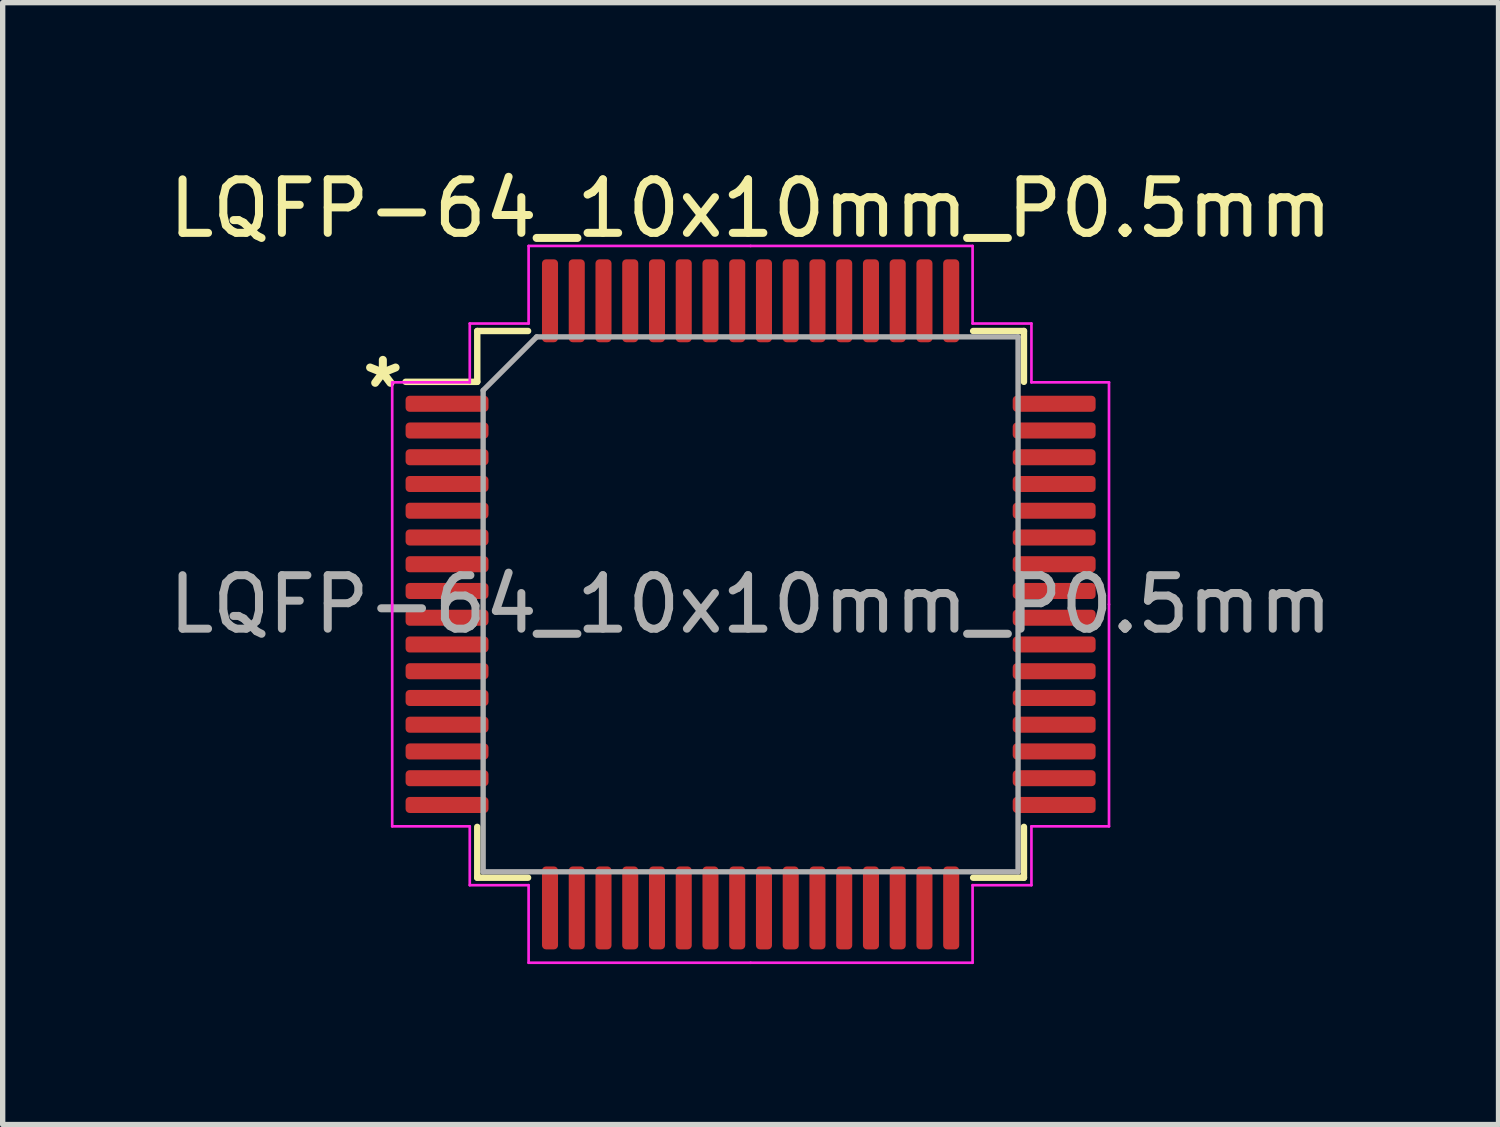
<source format=kicad_pcb>
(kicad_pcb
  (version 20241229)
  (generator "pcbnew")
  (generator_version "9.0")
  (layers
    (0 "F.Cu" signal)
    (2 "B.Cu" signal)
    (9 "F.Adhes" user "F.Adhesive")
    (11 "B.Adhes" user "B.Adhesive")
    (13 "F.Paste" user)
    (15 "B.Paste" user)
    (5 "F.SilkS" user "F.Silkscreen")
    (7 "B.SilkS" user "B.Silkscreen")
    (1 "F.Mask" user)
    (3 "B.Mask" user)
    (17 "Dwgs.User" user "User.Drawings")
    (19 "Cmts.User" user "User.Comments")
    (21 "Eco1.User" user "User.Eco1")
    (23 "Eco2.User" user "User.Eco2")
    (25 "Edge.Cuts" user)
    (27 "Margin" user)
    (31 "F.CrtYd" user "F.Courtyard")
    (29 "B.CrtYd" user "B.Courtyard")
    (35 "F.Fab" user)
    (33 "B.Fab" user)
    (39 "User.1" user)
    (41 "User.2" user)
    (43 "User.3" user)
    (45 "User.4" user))
  (footprint "LQFP-64_10x10mm_P0.5mm"
    (layer "F.Cu")
    (at 10.982 8.248)
    (property "Reference" "LQFP-64_10x10mm_P0.5mm" (at 0 -7.4 0) (layer "F.SilkS") (effects (font (size 1 1) (thickness 0.15))))
    (attr smd)
    (fp_line (start -5.11 -5.11) (end -5.11 -4.16) (stroke (width 0.12) (type solid)) (layer "F.SilkS"))
    (fp_line (start -5.11 -4.16) (end -6.45 -4.16) (stroke (width 0.12) (type solid)) (layer "F.SilkS"))
    (fp_line (start -5.11 5.11) (end -5.11 4.16) (stroke (width 0.12) (type solid)) (layer "F.SilkS"))
    (fp_line (start -4.16 -5.11) (end -5.11 -5.11) (stroke (width 0.12) (type solid)) (layer "F.SilkS"))
    (fp_line (start -4.16 5.11) (end -5.11 5.11) (stroke (width 0.12) (type solid)) (layer "F.SilkS"))
    (fp_line (start 4.16 -5.11) (end 5.11 -5.11) (stroke (width 0.12) (type solid)) (layer "F.SilkS"))
    (fp_line (start 4.16 5.11) (end 5.11 5.11) (stroke (width 0.12) (type solid)) (layer "F.SilkS"))
    (fp_line (start 5.11 -5.11) (end 5.11 -4.16) (stroke (width 0.12) (type solid)) (layer "F.SilkS"))
    (fp_line (start 5.11 5.11) (end 5.11 4.16) (stroke (width 0.12) (type solid)) (layer "F.SilkS"))
    (fp_line (start -6.7 -4.15) (end -6.7 0) (stroke (width 0.05) (type solid)) (layer "F.CrtYd"))
    (fp_line (start -6.7 4.15) (end -6.7 0) (stroke (width 0.05) (type solid)) (layer "F.CrtYd"))
    (fp_line (start -5.25 -5.25) (end -5.25 -4.15) (stroke (width 0.05) (type solid)) (layer "F.CrtYd"))
    (fp_line (start -5.25 -4.15) (end -6.7 -4.15) (stroke (width 0.05) (type solid)) (layer "F.CrtYd"))
    (fp_line (start -5.25 4.15) (end -6.7 4.15) (stroke (width 0.05) (type solid)) (layer "F.CrtYd"))
    (fp_line (start -5.25 5.25) (end -5.25 4.15) (stroke (width 0.05) (type solid)) (layer "F.CrtYd"))
    (fp_line (start -4.15 -6.7) (end -4.15 -5.25) (stroke (width 0.05) (type solid)) (layer "F.CrtYd"))
    (fp_line (start -4.15 -5.25) (end -5.25 -5.25) (stroke (width 0.05) (type solid)) (layer "F.CrtYd"))
    (fp_line (start -4.15 5.25) (end -5.25 5.25) (stroke (width 0.05) (type solid)) (layer "F.CrtYd"))
    (fp_line (start -4.15 6.7) (end -4.15 5.25) (stroke (width 0.05) (type solid)) (layer "F.CrtYd"))
    (fp_line (start 0 -6.7) (end -4.15 -6.7) (stroke (width 0.05) (type solid)) (layer "F.CrtYd"))
    (fp_line (start 0 -6.7) (end 4.15 -6.7) (stroke (width 0.05) (type solid)) (layer "F.CrtYd"))
    (fp_line (start 0 6.7) (end -4.15 6.7) (stroke (width 0.05) (type solid)) (layer "F.CrtYd"))
    (fp_line (start 0 6.7) (end 4.15 6.7) (stroke (width 0.05) (type solid)) (layer "F.CrtYd"))
    (fp_line (start 4.15 -6.7) (end 4.15 -5.25) (stroke (width 0.05) (type solid)) (layer "F.CrtYd"))
    (fp_line (start 4.15 -5.25) (end 5.25 -5.25) (stroke (width 0.05) (type solid)) (layer "F.CrtYd"))
    (fp_line (start 4.15 5.25) (end 5.25 5.25) (stroke (width 0.05) (type solid)) (layer "F.CrtYd"))
    (fp_line (start 4.15 6.7) (end 4.15 5.25) (stroke (width 0.05) (type solid)) (layer "F.CrtYd"))
    (fp_line (start 5.25 -5.25) (end 5.25 -4.15) (stroke (width 0.05) (type solid)) (layer "F.CrtYd"))
    (fp_line (start 5.25 -4.15) (end 6.7 -4.15) (stroke (width 0.05) (type solid)) (layer "F.CrtYd"))
    (fp_line (start 5.25 4.15) (end 6.7 4.15) (stroke (width 0.05) (type solid)) (layer "F.CrtYd"))
    (fp_line (start 5.25 5.25) (end 5.25 4.15) (stroke (width 0.05) (type solid)) (layer "F.CrtYd"))
    (fp_line (start 6.7 -4.15) (end 6.7 0) (stroke (width 0.05) (type solid)) (layer "F.CrtYd"))
    (fp_line (start 6.7 4.15) (end 6.7 0) (stroke (width 0.05) (type solid)) (layer "F.CrtYd"))
    (fp_line (start -5 -4) (end -4 -5) (stroke (width 0.1) (type solid)) (layer "F.Fab"))
    (fp_line (start -5 5) (end -5 -4) (stroke (width 0.1) (type solid)) (layer "F.Fab"))
    (fp_line (start -4 -5) (end 5 -5) (stroke (width 0.1) (type solid)) (layer "F.Fab"))
    (fp_line (start 5 -5) (end 5 5) (stroke (width 0.1) (type solid)) (layer "F.Fab"))
    (fp_line (start 5 5) (end -5 5) (stroke (width 0.1) (type solid)) (layer "F.Fab"))
    (fp_text user "*" (at -6.875 -4.025 0) (unlocked yes) (layer "F.SilkS") (effects (font (size 1 1) (thickness 0.15))))
    (fp_text user "${REFERENCE}" (at 0 0 0) (layer "F.Fab") (effects (font (size 1 1) (thickness 0.15))))
    (pad "1" smd roundrect (at -5.675 -3.75) (size 1.55 0.3) (layers "F.Cu" "F.Mask" "F.Paste") (roundrect_rratio 0.25))
    (pad "2" smd roundrect (at -5.675 -3.25) (size 1.55 0.3) (layers "F.Cu" "F.Mask" "F.Paste") (roundrect_rratio 0.25))
    (pad "3" smd roundrect (at -5.675 -2.75) (size 1.55 0.3) (layers "F.Cu" "F.Mask" "F.Paste") (roundrect_rratio 0.25))
    (pad "4" smd roundrect (at -5.675 -2.25) (size 1.55 0.3) (layers "F.Cu" "F.Mask" "F.Paste") (roundrect_rratio 0.25))
    (pad "5" smd roundrect (at -5.675 -1.75) (size 1.55 0.3) (layers "F.Cu" "F.Mask" "F.Paste") (roundrect_rratio 0.25))
    (pad "6" smd roundrect (at -5.675 -1.25) (size 1.55 0.3) (layers "F.Cu" "F.Mask" "F.Paste") (roundrect_rratio 0.25))
    (pad "7" smd roundrect (at -5.675 -0.75) (size 1.55 0.3) (layers "F.Cu" "F.Mask" "F.Paste") (roundrect_rratio 0.25))
    (pad "8" smd roundrect (at -5.675 -0.25) (size 1.55 0.3) (layers "F.Cu" "F.Mask" "F.Paste") (roundrect_rratio 0.25))
    (pad "9" smd roundrect (at -5.675 0.25) (size 1.55 0.3) (layers "F.Cu" "F.Mask" "F.Paste") (roundrect_rratio 0.25))
    (pad "10" smd roundrect (at -5.675 0.75) (size 1.55 0.3) (layers "F.Cu" "F.Mask" "F.Paste") (roundrect_rratio 0.25))
    (pad "11" smd roundrect (at -5.675 1.25) (size 1.55 0.3) (layers "F.Cu" "F.Mask" "F.Paste") (roundrect_rratio 0.25))
    (pad "12" smd roundrect (at -5.675 1.75) (size 1.55 0.3) (layers "F.Cu" "F.Mask" "F.Paste") (roundrect_rratio 0.25))
    (pad "13" smd roundrect (at -5.675 2.25) (size 1.55 0.3) (layers "F.Cu" "F.Mask" "F.Paste") (roundrect_rratio 0.25))
    (pad "14" smd roundrect (at -5.675 2.75) (size 1.55 0.3) (layers "F.Cu" "F.Mask" "F.Paste") (roundrect_rratio 0.25))
    (pad "15" smd roundrect (at -5.675 3.25) (size 1.55 0.3) (layers "F.Cu" "F.Mask" "F.Paste") (roundrect_rratio 0.25))
    (pad "16" smd roundrect (at -5.675 3.75) (size 1.55 0.3) (layers "F.Cu" "F.Mask" "F.Paste") (roundrect_rratio 0.25))
    (pad "17" smd roundrect (at -3.75 5.675) (size 0.3 1.55) (layers "F.Cu" "F.Mask" "F.Paste") (roundrect_rratio 0.25))
    (pad "18" smd roundrect (at -3.25 5.675) (size 0.3 1.55) (layers "F.Cu" "F.Mask" "F.Paste") (roundrect_rratio 0.25))
    (pad "19" smd roundrect (at -2.75 5.675) (size 0.3 1.55) (layers "F.Cu" "F.Mask" "F.Paste") (roundrect_rratio 0.25))
    (pad "20" smd roundrect (at -2.25 5.675) (size 0.3 1.55) (layers "F.Cu" "F.Mask" "F.Paste") (roundrect_rratio 0.25))
    (pad "21" smd roundrect (at -1.75 5.675) (size 0.3 1.55) (layers "F.Cu" "F.Mask" "F.Paste") (roundrect_rratio 0.25))
    (pad "22" smd roundrect (at -1.25 5.675) (size 0.3 1.55) (layers "F.Cu" "F.Mask" "F.Paste") (roundrect_rratio 0.25))
    (pad "23" smd roundrect (at -0.75 5.675) (size 0.3 1.55) (layers "F.Cu" "F.Mask" "F.Paste") (roundrect_rratio 0.25))
    (pad "24" smd roundrect (at -0.25 5.675) (size 0.3 1.55) (layers "F.Cu" "F.Mask" "F.Paste") (roundrect_rratio 0.25))
    (pad "25" smd roundrect (at 0.25 5.675) (size 0.3 1.55) (layers "F.Cu" "F.Mask" "F.Paste") (roundrect_rratio 0.25))
    (pad "26" smd roundrect (at 0.75 5.675) (size 0.3 1.55) (layers "F.Cu" "F.Mask" "F.Paste") (roundrect_rratio 0.25))
    (pad "27" smd roundrect (at 1.25 5.675) (size 0.3 1.55) (layers "F.Cu" "F.Mask" "F.Paste") (roundrect_rratio 0.25))
    (pad "28" smd roundrect (at 1.75 5.675) (size 0.3 1.55) (layers "F.Cu" "F.Mask" "F.Paste") (roundrect_rratio 0.25))
    (pad "29" smd roundrect (at 2.25 5.675) (size 0.3 1.55) (layers "F.Cu" "F.Mask" "F.Paste") (roundrect_rratio 0.25))
    (pad "30" smd roundrect (at 2.75 5.675) (size 0.3 1.55) (layers "F.Cu" "F.Mask" "F.Paste") (roundrect_rratio 0.25))
    (pad "31" smd roundrect (at 3.25 5.675) (size 0.3 1.55) (layers "F.Cu" "F.Mask" "F.Paste") (roundrect_rratio 0.25))
    (pad "32" smd roundrect (at 3.75 5.675) (size 0.3 1.55) (layers "F.Cu" "F.Mask" "F.Paste") (roundrect_rratio 0.25))
    (pad "33" smd roundrect (at 5.675 3.75) (size 1.55 0.3) (layers "F.Cu" "F.Mask" "F.Paste") (roundrect_rratio 0.25))
    (pad "34" smd roundrect (at 5.675 3.25) (size 1.55 0.3) (layers "F.Cu" "F.Mask" "F.Paste") (roundrect_rratio 0.25))
    (pad "35" smd roundrect (at 5.675 2.75) (size 1.55 0.3) (layers "F.Cu" "F.Mask" "F.Paste") (roundrect_rratio 0.25))
    (pad "36" smd roundrect (at 5.675 2.25) (size 1.55 0.3) (layers "F.Cu" "F.Mask" "F.Paste") (roundrect_rratio 0.25))
    (pad "37" smd roundrect (at 5.675 1.75) (size 1.55 0.3) (layers "F.Cu" "F.Mask" "F.Paste") (roundrect_rratio 0.25))
    (pad "38" smd roundrect (at 5.675 1.25) (size 1.55 0.3) (layers "F.Cu" "F.Mask" "F.Paste") (roundrect_rratio 0.25))
    (pad "39" smd roundrect (at 5.675 0.75) (size 1.55 0.3) (layers "F.Cu" "F.Mask" "F.Paste") (roundrect_rratio 0.25))
    (pad "40" smd roundrect (at 5.675 0.25) (size 1.55 0.3) (layers "F.Cu" "F.Mask" "F.Paste") (roundrect_rratio 0.25))
    (pad "41" smd roundrect (at 5.675 -0.25) (size 1.55 0.3) (layers "F.Cu" "F.Mask" "F.Paste") (roundrect_rratio 0.25))
    (pad "42" smd roundrect (at 5.675 -0.75) (size 1.55 0.3) (layers "F.Cu" "F.Mask" "F.Paste") (roundrect_rratio 0.25))
    (pad "43" smd roundrect (at 5.675 -1.25) (size 1.55 0.3) (layers "F.Cu" "F.Mask" "F.Paste") (roundrect_rratio 0.25))
    (pad "44" smd roundrect (at 5.675 -1.75) (size 1.55 0.3) (layers "F.Cu" "F.Mask" "F.Paste") (roundrect_rratio 0.25))
    (pad "45" smd roundrect (at 5.675 -2.25) (size 1.55 0.3) (layers "F.Cu" "F.Mask" "F.Paste") (roundrect_rratio 0.25))
    (pad "46" smd roundrect (at 5.675 -2.75) (size 1.55 0.3) (layers "F.Cu" "F.Mask" "F.Paste") (roundrect_rratio 0.25))
    (pad "47" smd roundrect (at 5.675 -3.25) (size 1.55 0.3) (layers "F.Cu" "F.Mask" "F.Paste") (roundrect_rratio 0.25))
    (pad "48" smd roundrect (at 5.675 -3.75) (size 1.55 0.3) (layers "F.Cu" "F.Mask" "F.Paste") (roundrect_rratio 0.25))
    (pad "49" smd roundrect (at 3.75 -5.675) (size 0.3 1.55) (layers "F.Cu" "F.Mask" "F.Paste") (roundrect_rratio 0.25))
    (pad "50" smd roundrect (at 3.25 -5.675) (size 0.3 1.55) (layers "F.Cu" "F.Mask" "F.Paste") (roundrect_rratio 0.25))
    (pad "51" smd roundrect (at 2.75 -5.675) (size 0.3 1.55) (layers "F.Cu" "F.Mask" "F.Paste") (roundrect_rratio 0.25))
    (pad "52" smd roundrect (at 2.25 -5.675) (size 0.3 1.55) (layers "F.Cu" "F.Mask" "F.Paste") (roundrect_rratio 0.25))
    (pad "53" smd roundrect (at 1.75 -5.675) (size 0.3 1.55) (layers "F.Cu" "F.Mask" "F.Paste") (roundrect_rratio 0.25))
    (pad "54" smd roundrect (at 1.25 -5.675) (size 0.3 1.55) (layers "F.Cu" "F.Mask" "F.Paste") (roundrect_rratio 0.25))
    (pad "55" smd roundrect (at 0.75 -5.675) (size 0.3 1.55) (layers "F.Cu" "F.Mask" "F.Paste") (roundrect_rratio 0.25))
    (pad "56" smd roundrect (at 0.25 -5.675) (size 0.3 1.55) (layers "F.Cu" "F.Mask" "F.Paste") (roundrect_rratio 0.25))
    (pad "57" smd roundrect (at -0.25 -5.675) (size 0.3 1.55) (layers "F.Cu" "F.Mask" "F.Paste") (roundrect_rratio 0.25))
    (pad "58" smd roundrect (at -0.75 -5.675) (size 0.3 1.55) (layers "F.Cu" "F.Mask" "F.Paste") (roundrect_rratio 0.25))
    (pad "59" smd roundrect (at -1.25 -5.675) (size 0.3 1.55) (layers "F.Cu" "F.Mask" "F.Paste") (roundrect_rratio 0.25))
    (pad "60" smd roundrect (at -1.75 -5.675) (size 0.3 1.55) (layers "F.Cu" "F.Mask" "F.Paste") (roundrect_rratio 0.25))
    (pad "61" smd roundrect (at -2.25 -5.675) (size 0.3 1.55) (layers "F.Cu" "F.Mask" "F.Paste") (roundrect_rratio 0.25))
    (pad "62" smd roundrect (at -2.75 -5.675) (size 0.3 1.55) (layers "F.Cu" "F.Mask" "F.Paste") (roundrect_rratio 0.25))
    (pad "63" smd roundrect (at -3.25 -5.675) (size 0.3 1.55) (layers "F.Cu" "F.Mask" "F.Paste") (roundrect_rratio 0.25))
    (pad "64" smd roundrect (at -3.75 -5.675) (size 0.3 1.55) (layers "F.Cu" "F.Mask" "F.Paste") (roundrect_rratio 0.25)))
  (gr_rect
    (start -3 -3)
    (end 24.964 17.973)
    (stroke (width 0.1) (type default))
    (fill no)
    (layer "Edge.Cuts")))
</source>
